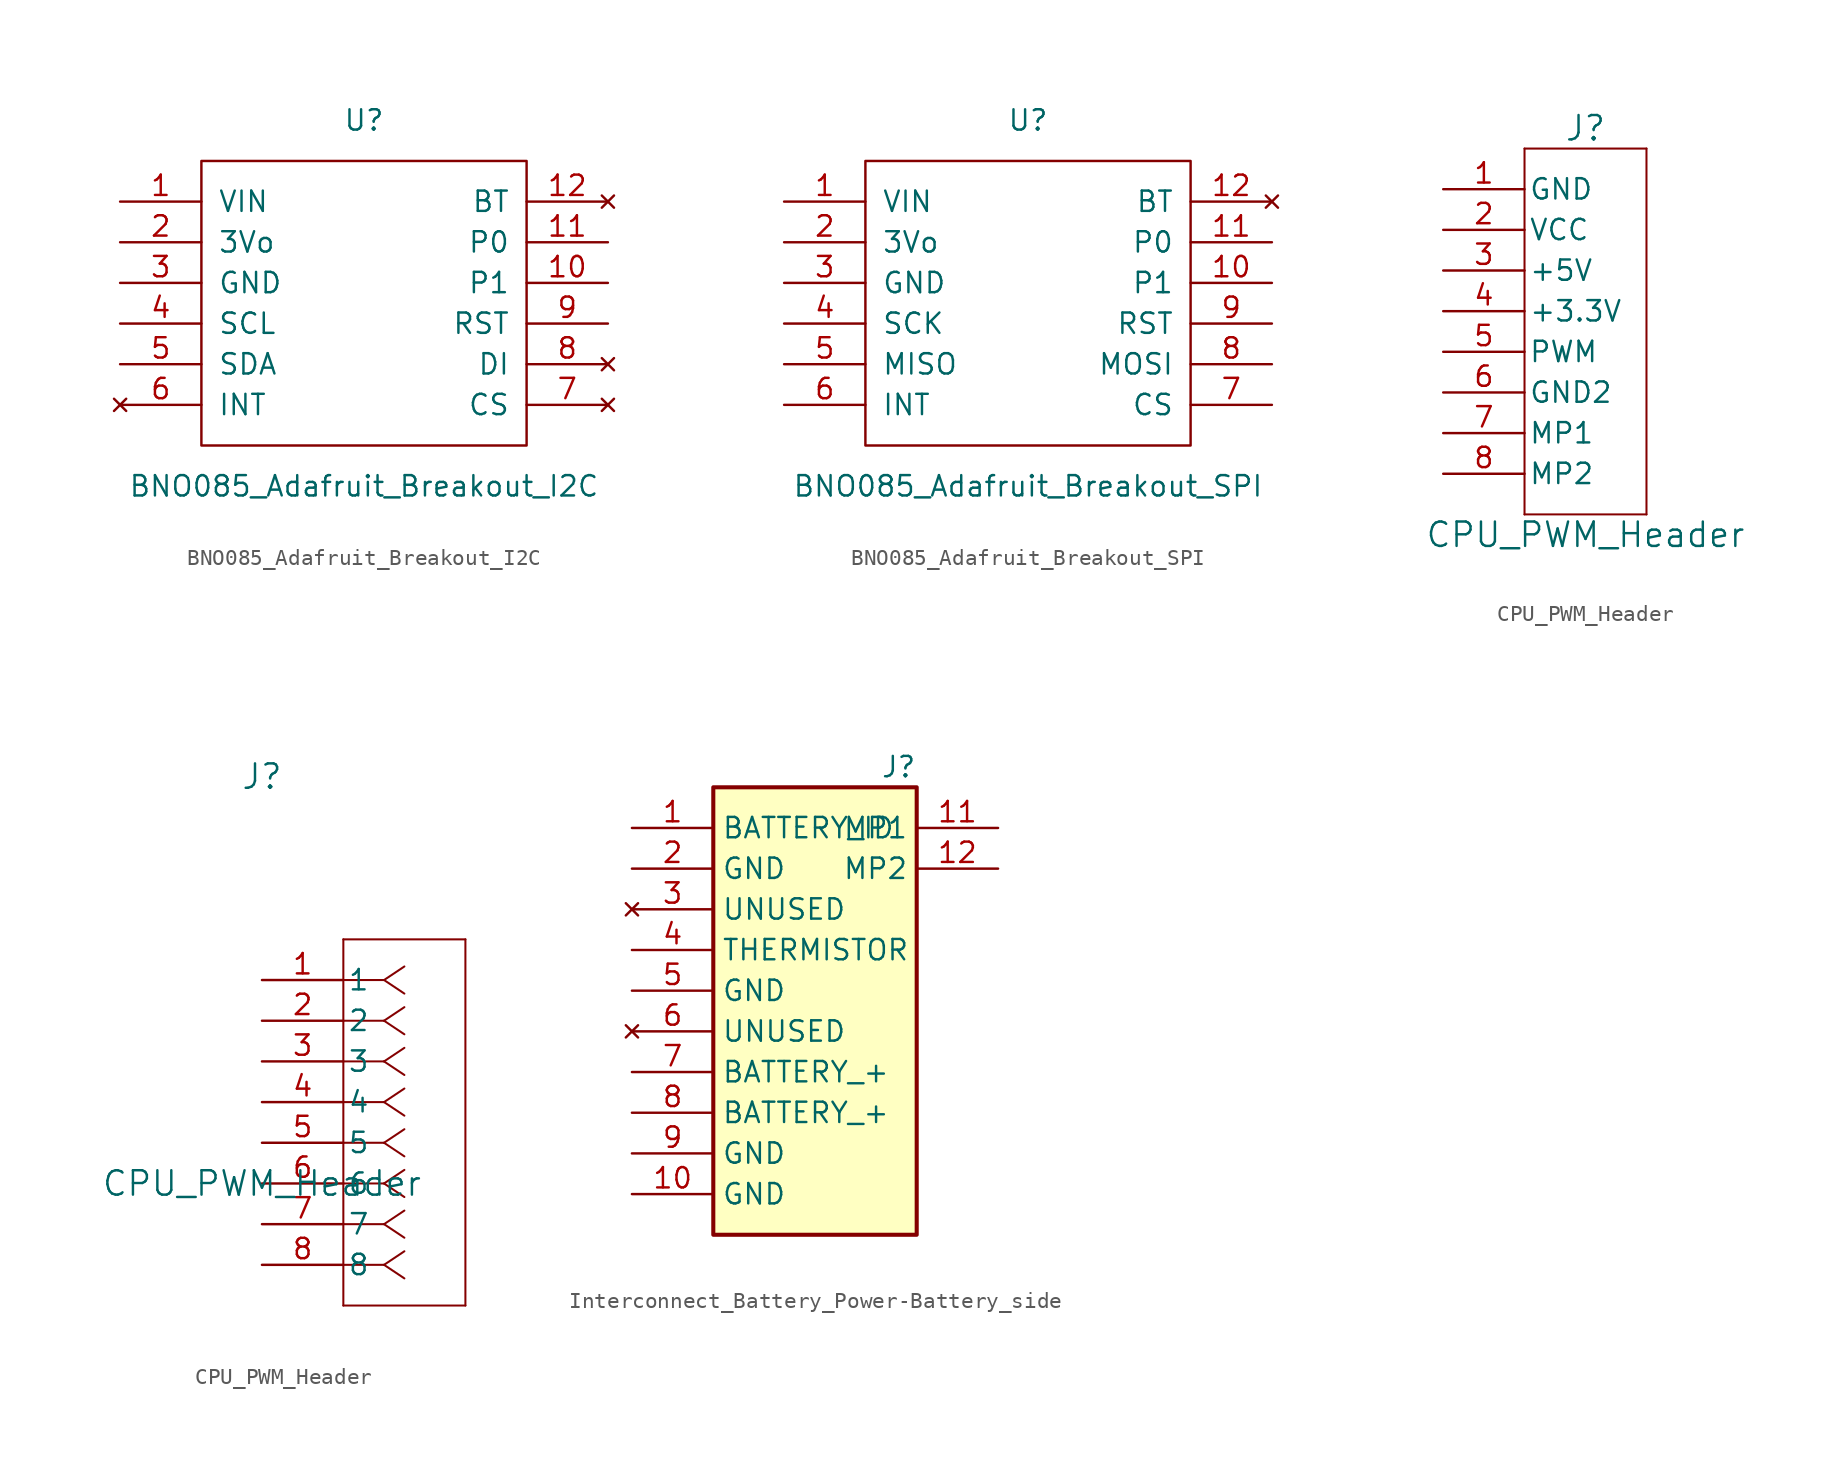
<source format=kicad_sym>
(kicad_symbol_lib
  (version 20220914)
  (generator kicad_symbol_editor)
  (symbol "BNO085_Adafruit_Breakout_I2C"
    (pin_names
      (offset 1.016))
    (property "Reference" "U"
      (at 0 39.37 0)
      (effects (font (size 1.27 1.27))))
    (property "Value" "BNO085_Adafruit_Breakout_I2C"
      (at 0 16.51 0)
      (effects (font (size 1.27 1.27))))
    (symbol "BNO085_Adafruit_Breakout_I2C_0_1"
      (rectangle (start -10.16 36.83) (end 10.16 19.05) (stroke (width 0) (type solid)) (fill (type none))))
    (symbol "BNO085_Adafruit_Breakout_I2C_1_0"
      (pin input line (at 15.24 29.21 180) (length 5.08) (name "P1" (effects (font (size 1.27 1.27)))) (number "10" (effects (font (size 1.27 1.27)))))
      (pin input line (at 15.24 31.75 180) (length 5.08) (name "P0" (effects (font (size 1.27 1.27)))) (number "11" (effects (font (size 1.27 1.27)))))
      (pin no_connect line (at 15.24 34.29 180) (length 5.08) (name "BT" (effects (font (size 1.27 1.27)))) (number "12" (effects (font (size 1.27 1.27)))))
      (pin output line (at -15.24 24.13 0) (length 5.08) (name "SDA" (effects (font (size 1.27 1.27)))) (number "5" (effects (font (size 1.27 1.27)))) (alternate "MISO" output line) (alternate "UART_TX" output line))
      (pin no_connect line (at -15.24 21.59 0) (length 5.08) (name "INT" (effects (font (size 1.27 1.27)))) (number "6" (effects (font (size 1.27 1.27)))))
      (pin no_connect line (at 15.24 21.59 180) (length 5.08) (name "CS" (effects (font (size 1.27 1.27)))) (number "7" (effects (font (size 1.27 1.27)))))
      (pin no_connect line (at 15.24 24.13 180) (length 5.08) (name "DI" (effects (font (size 1.27 1.27)))) (number "8" (effects (font (size 1.27 1.27)))) (alternate "I2C_ADDR" input line) (alternate "MOSI" input line))
      (pin input line (at 15.24 26.67 180) (length 5.08) (name "RST" (effects (font (size 1.27 1.27)))) (number "9" (effects (font (size 1.27 1.27))))))
    (symbol "BNO085_Adafruit_Breakout_I2C_1_1"
      (pin power_in line (at -15.24 34.29 0) (length 5.08) (name "VIN" (effects (font (size 1.27 1.27)))) (number "1" (effects (font (size 1.27 1.27)))))
      (pin power_out line (at -15.24 31.75 0) (length 5.08) (name "3Vo" (effects (font (size 1.27 1.27)))) (number "2" (effects (font (size 1.27 1.27)))))
      (pin power_in line (at -15.24 29.21 0) (length 5.08) (name "GND" (effects (font (size 1.27 1.27)))) (number "3" (effects (font (size 1.27 1.27)))))
      (pin input line (at -15.24 26.67 0) (length 5.08) (name "SCL" (effects (font (size 1.27 1.27)))) (number "4" (effects (font (size 1.27 1.27)))) (alternate "SCK" input line) (alternate "UART_RX" input line))))
  (symbol "BNO085_Adafruit_Breakout_SPI"
    (pin_names
      (offset 1.016))
    (property "Reference" "U"
      (at 0 39.37 0)
      (effects (font (size 1.27 1.27))))
    (property "Value" "BNO085_Adafruit_Breakout_SPI"
      (at 0 16.51 0)
      (effects (font (size 1.27 1.27))))
    (symbol "BNO085_Adafruit_Breakout_SPI_0_1"
      (rectangle (start -10.16 36.83) (end 10.16 19.05) (stroke (width 0) (type solid)) (fill (type none))))
    (symbol "BNO085_Adafruit_Breakout_SPI_1_0"
      (pin input line (at 15.24 29.21 180) (length 5.08) (name "P1" (effects (font (size 1.27 1.27)))) (number "10" (effects (font (size 1.27 1.27)))))
      (pin input line (at 15.24 31.75 180) (length 5.08) (name "P0" (effects (font (size 1.27 1.27)))) (number "11" (effects (font (size 1.27 1.27)))))
      (pin no_connect line (at 15.24 34.29 180) (length 5.08) (name "BT" (effects (font (size 1.27 1.27)))) (number "12" (effects (font (size 1.27 1.27)))))
      (pin output line (at -15.24 24.13 0) (length 5.08) (name "MISO" (effects (font (size 1.27 1.27)))) (number "5" (effects (font (size 1.27 1.27)))) (alternate "SDA" output line) (alternate "UART_TX" output line))
      (pin open_collector line (at -15.24 21.59 0) (length 5.08) (name "INT" (effects (font (size 1.27 1.27)))) (number "6" (effects (font (size 1.27 1.27)))))
      (pin input line (at 15.24 21.59 180) (length 5.08) (name "CS" (effects (font (size 1.27 1.27)))) (number "7" (effects (font (size 1.27 1.27)))))
      (pin input line (at 15.24 24.13 180) (length 5.08) (name "MOSI" (effects (font (size 1.27 1.27)))) (number "8" (effects (font (size 1.27 1.27)))) (alternate "DI" input line) (alternate "I2C_ADDR" input line))
      (pin input line (at 15.24 26.67 180) (length 5.08) (name "RST" (effects (font (size 1.27 1.27)))) (number "9" (effects (font (size 1.27 1.27))))))
    (symbol "BNO085_Adafruit_Breakout_SPI_1_1"
      (pin power_in line (at -15.24 34.29 0) (length 5.08) (name "VIN" (effects (font (size 1.27 1.27)))) (number "1" (effects (font (size 1.27 1.27)))))
      (pin power_out line (at -15.24 31.75 0) (length 5.08) (name "3Vo" (effects (font (size 1.27 1.27)))) (number "2" (effects (font (size 1.27 1.27)))))
      (pin power_in line (at -15.24 29.21 0) (length 5.08) (name "GND" (effects (font (size 1.27 1.27)))) (number "3" (effects (font (size 1.27 1.27)))))
      (pin input line (at -15.24 26.67 0) (length 5.08) (name "SCK" (effects (font (size 1.27 1.27)))) (number "4" (effects (font (size 1.27 1.27)))) (alternate "SCL" input line) (alternate "UART_RX" input line))))
  (symbol "CPU_PWM_Header"
    (pin_names
      (offset 0.254))
    (property "Reference" "J"
      (at 0 12.7 0)
      (effects (font (size 1.524 1.524))))
    (property "Value" "CPU_PWM_Header"
      (at 0 -12.7 0)
      (effects (font (size 1.524 1.524))))
    (symbol "CPU_PWM_Header_1_1"
      (polyline (pts (xy -3.81 -11.43) (xy 3.81 -11.43)) (stroke (width 0.127) (type default)) (fill (type none)))
      (polyline (pts (xy -3.81 11.43) (xy -3.81 -11.43)) (stroke (width 0.127) (type default)) (fill (type none)))
      (polyline (pts (xy 3.81 -11.43) (xy 3.81 11.43)) (stroke (width 0.127) (type default)) (fill (type none)))
      (polyline (pts (xy 3.81 11.43) (xy -3.81 11.43)) (stroke (width 0.127) (type default)) (fill (type none)))
      (pin power_in line (at -8.89 8.89 0) (length 5.08) (name "GND" (effects (font (size 1.27 1.27)))) (number "1" (effects (font (size 1.27 1.27)))))
      (pin power_in line (at -8.89 6.35 0) (length 5.08) (name "VCC" (effects (font (size 1.27 1.27)))) (number "2" (effects (font (size 1.27 1.27)))))
      (pin power_in line (at -8.89 3.81 0) (length 5.08) (name "+5V" (effects (font (size 1.27 1.27)))) (number "3" (effects (font (size 1.27 1.27)))))
      (pin power_in line (at -8.89 1.27 0) (length 5.08) (name "+3.3V" (effects (font (size 1.27 1.27)))) (number "4" (effects (font (size 1.27 1.27)))))
      (pin input line (at -8.89 -1.27 0) (length 5.08) (name "PWM" (effects (font (size 1.27 1.27)))) (number "5" (effects (font (size 1.27 1.27)))))
      (pin power_in line (at -8.89 -3.81 0) (length 5.08) (name "GND2" (effects (font (size 1.27 1.27)))) (number "6" (effects (font (size 1.27 1.27)))))
      (pin passive line (at -8.89 -6.35 0) (length 5.08) (name "MP1" (effects (font (size 1.27 1.27)))) (number "7" (effects (font (size 1.27 1.27)))))
      (pin passive line (at -8.89 -8.89 0) (length 5.08) (name "MP2" (effects (font (size 1.27 1.27)))) (number "8" (effects (font (size 1.27 1.27))))))
    (symbol "CPU_PWM_Header_1_2"
      (polyline (pts (xy 5.08 -20.32) (xy 12.7 -20.32)) (stroke (width 0.127) (type default)) (fill (type none)))
      (polyline (pts (xy 5.08 2.54) (xy 5.08 -20.32)) (stroke (width 0.127) (type default)) (fill (type none)))
      (polyline (pts (xy 7.62 -17.78) (xy 5.08 -17.78)) (stroke (width 0.127) (type default)) (fill (type none)))
      (polyline (pts (xy 7.62 -17.78) (xy 8.89 -18.627)) (stroke (width 0.127) (type default)) (fill (type none)))
      (polyline (pts (xy 7.62 -17.78) (xy 8.89 -16.933)) (stroke (width 0.127) (type default)) (fill (type none)))
      (polyline (pts (xy 7.62 -15.24) (xy 5.08 -15.24)) (stroke (width 0.127) (type default)) (fill (type none)))
      (polyline (pts (xy 7.62 -15.24) (xy 8.89 -16.087)) (stroke (width 0.127) (type default)) (fill (type none)))
      (polyline (pts (xy 7.62 -15.24) (xy 8.89 -14.393)) (stroke (width 0.127) (type default)) (fill (type none)))
      (polyline (pts (xy 7.62 -12.7) (xy 5.08 -12.7)) (stroke (width 0.127) (type default)) (fill (type none)))
      (polyline (pts (xy 7.62 -12.7) (xy 8.89 -13.547)) (stroke (width 0.127) (type default)) (fill (type none)))
      (polyline (pts (xy 7.62 -12.7) (xy 8.89 -11.853)) (stroke (width 0.127) (type default)) (fill (type none)))
      (polyline (pts (xy 7.62 -10.16) (xy 5.08 -10.16)) (stroke (width 0.127) (type default)) (fill (type none)))
      (polyline (pts (xy 7.62 -10.16) (xy 8.89 -11.007)) (stroke (width 0.127) (type default)) (fill (type none)))
      (polyline (pts (xy 7.62 -10.16) (xy 8.89 -9.313)) (stroke (width 0.127) (type default)) (fill (type none)))
      (polyline (pts (xy 7.62 -7.62) (xy 5.08 -7.62)) (stroke (width 0.127) (type default)) (fill (type none)))
      (polyline (pts (xy 7.62 -7.62) (xy 8.89 -8.467)) (stroke (width 0.127) (type default)) (fill (type none)))
      (polyline (pts (xy 7.62 -7.62) (xy 8.89 -6.773)) (stroke (width 0.127) (type default)) (fill (type none)))
      (polyline (pts (xy 7.62 -5.08) (xy 5.08 -5.08)) (stroke (width 0.127) (type default)) (fill (type none)))
      (polyline (pts (xy 7.62 -5.08) (xy 8.89 -5.927)) (stroke (width 0.127) (type default)) (fill (type none)))
      (polyline (pts (xy 7.62 -5.08) (xy 8.89 -4.233)) (stroke (width 0.127) (type default)) (fill (type none)))
      (polyline (pts (xy 7.62 -2.54) (xy 5.08 -2.54)) (stroke (width 0.127) (type default)) (fill (type none)))
      (polyline (pts (xy 7.62 -2.54) (xy 8.89 -3.387)) (stroke (width 0.127) (type default)) (fill (type none)))
      (polyline (pts (xy 7.62 -2.54) (xy 8.89 -1.693)) (stroke (width 0.127) (type default)) (fill (type none)))
      (polyline (pts (xy 7.62 0) (xy 5.08 0)) (stroke (width 0.127) (type default)) (fill (type none)))
      (polyline (pts (xy 7.62 0) (xy 8.89 -0.847)) (stroke (width 0.127) (type default)) (fill (type none)))
      (polyline (pts (xy 7.62 0) (xy 8.89 0.847)) (stroke (width 0.127) (type default)) (fill (type none)))
      (polyline (pts (xy 12.7 -20.32) (xy 12.7 2.54)) (stroke (width 0.127) (type default)) (fill (type none)))
      (polyline (pts (xy 12.7 2.54) (xy 5.08 2.54)) (stroke (width 0.127) (type default)) (fill (type none)))
      (pin unspecified line (at 0 0 0) (length 5.08) (name "1" (effects (font (size 1.27 1.27)))) (number "1" (effects (font (size 1.27 1.27)))))
      (pin unspecified line (at 0 -2.54 0) (length 5.08) (name "2" (effects (font (size 1.27 1.27)))) (number "2" (effects (font (size 1.27 1.27)))))
      (pin unspecified line (at 0 -5.08 0) (length 5.08) (name "3" (effects (font (size 1.27 1.27)))) (number "3" (effects (font (size 1.27 1.27)))))
      (pin unspecified line (at 0 -7.62 0) (length 5.08) (name "4" (effects (font (size 1.27 1.27)))) (number "4" (effects (font (size 1.27 1.27)))))
      (pin unspecified line (at 0 -10.16 0) (length 5.08) (name "5" (effects (font (size 1.27 1.27)))) (number "5" (effects (font (size 1.27 1.27)))))
      (pin unspecified line (at 0 -12.7 0) (length 5.08) (name "6" (effects (font (size 1.27 1.27)))) (number "6" (effects (font (size 1.27 1.27)))))
      (pin unspecified line (at 0 -15.24 0) (length 5.08) (name "7" (effects (font (size 1.27 1.27)))) (number "7" (effects (font (size 1.27 1.27)))))
      (pin unspecified line (at 0 -17.78 0) (length 5.08) (name "8" (effects (font (size 1.27 1.27)))) (number "8" (effects (font (size 1.27 1.27)))))))
  (symbol "Interconnect_Battery_Power-Battery_side"
    (property "Reference" "J"
      (at 17.78 3.81 0)
      (effects (font (size 1.27 1.27)) (justify right)))
    (symbol "Interconnect_Battery_Power-Battery_side_1_1"
      (rectangle (start 5.08 2.54) (end 17.78 -25.4) (stroke (width 0.254) (type default)) (fill (type background)))
      (pin input line (at 0 0 0) (length 5.08) (name "BATTERY_ID" (effects (font (size 1.27 1.27)))) (number "1" (effects (font (size 1.27 1.27)))))
      (pin power_in line (at 0 -22.86 0) (length 5.08) (name "GND" (effects (font (size 1.27 1.27)))) (number "10" (effects (font (size 1.27 1.27)))))
      (pin power_in line (at 22.86 0 180) (length 5.08) (name "MP1" (effects (font (size 1.27 1.27)))) (number "11" (effects (font (size 1.27 1.27)))))
      (pin power_in line (at 22.86 -2.54 180) (length 5.08) (name "MP2" (effects (font (size 1.27 1.27)))) (number "12" (effects (font (size 1.27 1.27)))))
      (pin passive line (at 0 -2.54 0) (length 5.08) (name "GND" (effects (font (size 1.27 1.27)))) (number "2" (effects (font (size 1.27 1.27)))))
      (pin no_connect line (at 0 -5.08 0) (length 5.08) (name "UNUSED" (effects (font (size 1.27 1.27)))) (number "3" (effects (font (size 1.27 1.27)))))
      (pin input line (at 0 -7.62 0) (length 5.08) (name "THERMISTOR" (effects (font (size 1.27 1.27)))) (number "4" (effects (font (size 1.27 1.27)))))
      (pin passive line (at 0 -10.16 0) (length 5.08) (name "GND" (effects (font (size 1.27 1.27)))) (number "5" (effects (font (size 1.27 1.27)))))
      (pin no_connect line (at 0 -12.7 0) (length 5.08) (name "UNUSED" (effects (font (size 1.27 1.27)))) (number "6" (effects (font (size 1.27 1.27)))))
      (pin passive line (at 0 -15.24 0) (length 5.08) (name "BATTERY_+" (effects (font (size 1.27 1.27)))) (number "7" (effects (font (size 1.27 1.27)))))
      (pin power_in line (at 0 -17.78 0) (length 5.08) (name "BATTERY_+" (effects (font (size 1.27 1.27)))) (number "8" (effects (font (size 1.27 1.27)))))
      (pin passive line (at 0 -20.32 0) (length 5.08) (name "GND" (effects (font (size 1.27 1.27)))) (number "9" (effects (font (size 1.27 1.27))))))))
</source>
